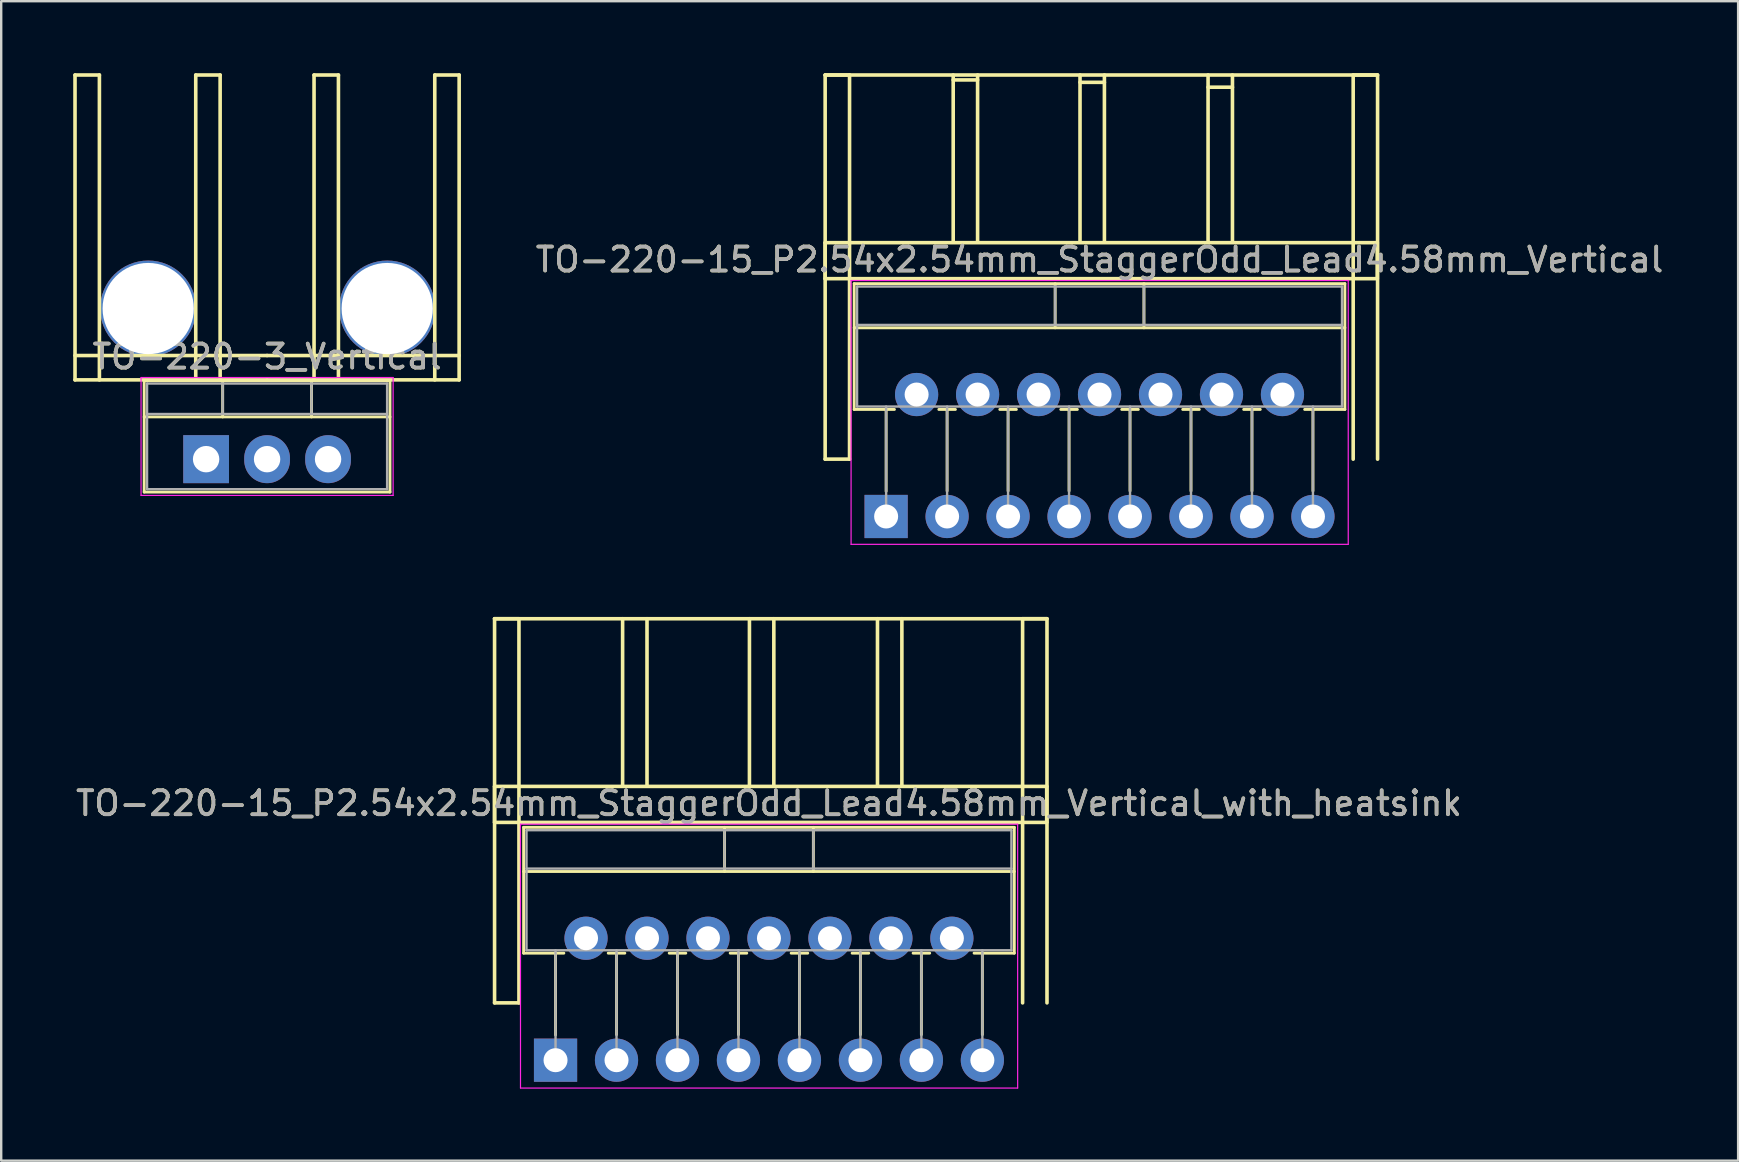
<source format=kicad_pcb>
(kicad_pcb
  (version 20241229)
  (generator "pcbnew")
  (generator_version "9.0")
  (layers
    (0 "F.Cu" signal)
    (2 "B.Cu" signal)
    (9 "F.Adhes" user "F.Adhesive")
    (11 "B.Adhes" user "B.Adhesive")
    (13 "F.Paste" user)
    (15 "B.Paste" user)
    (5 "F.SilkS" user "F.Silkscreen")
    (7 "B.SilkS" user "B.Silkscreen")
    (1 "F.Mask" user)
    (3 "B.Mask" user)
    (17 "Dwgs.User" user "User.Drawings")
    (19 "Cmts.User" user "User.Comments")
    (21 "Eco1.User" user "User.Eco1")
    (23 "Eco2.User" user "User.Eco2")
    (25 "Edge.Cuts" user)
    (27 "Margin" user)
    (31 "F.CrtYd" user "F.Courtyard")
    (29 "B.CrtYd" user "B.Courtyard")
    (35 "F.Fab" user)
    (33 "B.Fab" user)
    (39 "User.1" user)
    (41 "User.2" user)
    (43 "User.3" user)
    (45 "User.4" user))
  (footprint "TO-220-15_P2.54x2.54mm_StaggerOdd_Lead4.58mm_Vertical"
    (layer "F.Cu")
    (at 33.863 18.465)
    (property "Reference" "TO-220-15_P2.54x2.54mm_StaggerOdd_Lead4.58mm_Vertical" (at 8.89 -10.7 0) (layer "F.SilkS") (effects (font (size 1 1) (thickness 0.15))))
    (attr through_hole)
    (fp_line (start -2.54 -18.39) (end -2.54 -2.388) (stroke (width 0.15) (type solid)) (layer "F.SilkS"))
    (fp_line (start -2.54 -18.39) (end -1.524 -18.39) (stroke (width 0.15) (type solid)) (layer "F.SilkS"))
    (fp_line (start -2.54 -18.39) (end 20.46 -18.39) (stroke (width 0.15) (type solid)) (layer "F.SilkS"))
    (fp_line (start -2.54 -11.406) (end -2.54 -9.906) (stroke (width 0.15) (type solid)) (layer "F.SilkS"))
    (fp_line (start -2.54 -11.406) (end 20.46 -11.406) (stroke (width 0.15) (type solid)) (layer "F.SilkS"))
    (fp_line (start -2.54 -9.906) (end 20.46 -9.906) (stroke (width 0.15) (type solid)) (layer "F.SilkS"))
    (fp_line (start -2.54 -2.388) (end -1.524 -2.388) (stroke (width 0.15) (type solid)) (layer "F.SilkS"))
    (fp_line (start -1.524 -18.388) (end -1.524 -2.388) (stroke (width 0.15) (type solid)) (layer "F.SilkS"))
    (fp_line (start -1.33 -9.7) (end -1.33 -4.459) (stroke (width 0.12) (type solid)) (layer "F.SilkS"))
    (fp_line (start -1.33 -9.7) (end 19.11 -9.7) (stroke (width 0.12) (type solid)) (layer "F.SilkS"))
    (fp_line (start -1.33 -7.86) (end 19.11 -7.86) (stroke (width 0.12) (type solid)) (layer "F.SilkS"))
    (fp_line (start -1.33 -4.459) (end 0.346 -4.459) (stroke (width 0.12) (type solid)) (layer "F.SilkS"))
    (fp_line (start 0 -4.459) (end 0 -1.05) (stroke (width 0.12) (type solid)) (layer "F.SilkS"))
    (fp_line (start 2.195 -4.459) (end 2.886 -4.459) (stroke (width 0.12) (type solid)) (layer "F.SilkS"))
    (fp_line (start 2.54 -4.459) (end 2.54 -1.065) (stroke (width 0.12) (type solid)) (layer "F.SilkS"))
    (fp_line (start 2.794 -18.39) (end 2.794 -11.43) (stroke (width 0.15) (type solid)) (layer "F.SilkS"))
    (fp_line (start 2.794 -18.186) (end 3.81 -18.186) (stroke (width 0.15) (type solid)) (layer "F.SilkS"))
    (fp_line (start 3.81 -18.39) (end 3.81 -11.43) (stroke (width 0.15) (type solid)) (layer "F.SilkS"))
    (fp_line (start 4.735 -4.459) (end 5.426 -4.459) (stroke (width 0.12) (type solid)) (layer "F.SilkS"))
    (fp_line (start 5.08 -4.459) (end 5.08 -1.065) (stroke (width 0.12) (type solid)) (layer "F.SilkS"))
    (fp_line (start 7.041 -9.7) (end 7.041 -7.86) (stroke (width 0.12) (type solid)) (layer "F.SilkS"))
    (fp_line (start 7.275 -4.459) (end 7.966 -4.459) (stroke (width 0.12) (type solid)) (layer "F.SilkS"))
    (fp_line (start 7.62 -4.459) (end 7.62 -1.065) (stroke (width 0.12) (type solid)) (layer "F.SilkS"))
    (fp_line (start 8.077 -18.39) (end 8.077 -11.43) (stroke (width 0.15) (type solid)) (layer "F.SilkS"))
    (fp_line (start 8.077 -18.085) (end 9.093 -18.085) (stroke (width 0.15) (type solid)) (layer "F.SilkS"))
    (fp_line (start 9.093 -18.39) (end 9.093 -11.43) (stroke (width 0.15) (type solid)) (layer "F.SilkS"))
    (fp_line (start 9.815 -4.459) (end 10.506 -4.459) (stroke (width 0.12) (type solid)) (layer "F.SilkS"))
    (fp_line (start 10.16 -4.459) (end 10.16 -1.065) (stroke (width 0.12) (type solid)) (layer "F.SilkS"))
    (fp_line (start 10.74 -9.7) (end 10.74 -7.86) (stroke (width 0.12) (type solid)) (layer "F.SilkS"))
    (fp_line (start 12.355 -4.459) (end 13.046 -4.459) (stroke (width 0.12) (type solid)) (layer "F.SilkS"))
    (fp_line (start 12.7 -4.459) (end 12.7 -1.065) (stroke (width 0.12) (type solid)) (layer "F.SilkS"))
    (fp_line (start 13.411 -18.39) (end 13.411 -11.43) (stroke (width 0.15) (type solid)) (layer "F.SilkS"))
    (fp_line (start 13.411 -17.882) (end 14.427 -17.882) (stroke (width 0.15) (type solid)) (layer "F.SilkS"))
    (fp_line (start 14.427 -18.39) (end 14.427 -11.43) (stroke (width 0.15) (type solid)) (layer "F.SilkS"))
    (fp_line (start 14.895 -4.459) (end 15.586 -4.459) (stroke (width 0.12) (type solid)) (layer "F.SilkS"))
    (fp_line (start 15.24 -4.459) (end 15.24 -1.065) (stroke (width 0.12) (type solid)) (layer "F.SilkS"))
    (fp_line (start 17.435 -4.459) (end 19.11 -4.459) (stroke (width 0.12) (type solid)) (layer "F.SilkS"))
    (fp_line (start 17.78 -4.459) (end 17.78 -1.065) (stroke (width 0.12) (type solid)) (layer "F.SilkS"))
    (fp_line (start 19.11 -9.7) (end 19.11 -4.459) (stroke (width 0.12) (type solid)) (layer "F.SilkS"))
    (fp_line (start 19.456 -18.39) (end 19.456 -2.388) (stroke (width 0.15) (type solid)) (layer "F.SilkS"))
    (fp_line (start 19.456 -18.39) (end 20.472 -18.39) (stroke (width 0.15) (type solid)) (layer "F.SilkS"))
    (fp_line (start 20.46 -11.406) (end 20.46 -9.906) (stroke (width 0.15) (type solid)) (layer "F.SilkS"))
    (fp_line (start 20.472 -18.39) (end 20.472 -2.388) (stroke (width 0.15) (type solid)) (layer "F.SilkS"))
    (fp_line (start -1.46 -9.83) (end -1.46 1.16) (stroke (width 0.05) (type solid)) (layer "F.CrtYd"))
    (fp_line (start -1.46 1.16) (end 19.25 1.16) (stroke (width 0.05) (type solid)) (layer "F.CrtYd"))
    (fp_line (start 19.25 -9.83) (end -1.46 -9.83) (stroke (width 0.05) (type solid)) (layer "F.CrtYd"))
    (fp_line (start 19.25 1.16) (end 19.25 -9.83) (stroke (width 0.05) (type solid)) (layer "F.CrtYd"))
    (fp_line (start -1.21 -9.58) (end -1.21 -4.58) (stroke (width 0.1) (type solid)) (layer "F.Fab"))
    (fp_line (start -1.21 -7.98) (end 18.99 -7.98) (stroke (width 0.1) (type solid)) (layer "F.Fab"))
    (fp_line (start -1.21 -4.58) (end 18.99 -4.58) (stroke (width 0.1) (type solid)) (layer "F.Fab"))
    (fp_line (start 0 -4.58) (end 0 0) (stroke (width 0.1) (type solid)) (layer "F.Fab"))
    (fp_line (start 2.54 -4.58) (end 2.54 0) (stroke (width 0.1) (type solid)) (layer "F.Fab"))
    (fp_line (start 5.08 -4.58) (end 5.08 0) (stroke (width 0.1) (type solid)) (layer "F.Fab"))
    (fp_line (start 7.04 -9.58) (end 7.04 -7.98) (stroke (width 0.1) (type solid)) (layer "F.Fab"))
    (fp_line (start 7.62 -4.58) (end 7.62 0) (stroke (width 0.1) (type solid)) (layer "F.Fab"))
    (fp_line (start 10.16 -4.58) (end 10.16 0) (stroke (width 0.1) (type solid)) (layer "F.Fab"))
    (fp_line (start 10.74 -9.58) (end 10.74 -7.98) (stroke (width 0.1) (type solid)) (layer "F.Fab"))
    (fp_line (start 12.7 -4.58) (end 12.7 0) (stroke (width 0.1) (type solid)) (layer "F.Fab"))
    (fp_line (start 15.24 -4.58) (end 15.24 0) (stroke (width 0.1) (type solid)) (layer "F.Fab"))
    (fp_line (start 17.78 -4.58) (end 17.78 0) (stroke (width 0.1) (type solid)) (layer "F.Fab"))
    (fp_line (start 18.99 -9.58) (end -1.21 -9.58) (stroke (width 0.1) (type solid)) (layer "F.Fab"))
    (fp_line (start 18.99 -4.58) (end 18.99 -9.58) (stroke (width 0.1) (type solid)) (layer "F.Fab"))
    (fp_text user "${REFERENCE}" (at 8.89 -10.7 0) (layer "F.Fab") (effects (font (size 1 1) (thickness 0.15))))
    (pad "1" thru_hole rect (at 0 0) (size 1.8 1.8) (drill 1) (layers "*.Cu" "*.Mask"))
    (pad "2" thru_hole oval (at 1.27 -5.08) (size 1.8 1.8) (drill 1) (layers "*.Cu" "*.Mask"))
    (pad "3" thru_hole oval (at 2.54 0) (size 1.8 1.8) (drill 1) (layers "*.Cu" "*.Mask"))
    (pad "4" thru_hole oval (at 3.81 -5.08) (size 1.8 1.8) (drill 1) (layers "*.Cu" "*.Mask"))
    (pad "5" thru_hole oval (at 5.08 0) (size 1.8 1.8) (drill 1) (layers "*.Cu" "*.Mask"))
    (pad "6" thru_hole oval (at 6.35 -5.08) (size 1.8 1.8) (drill 1) (layers "*.Cu" "*.Mask"))
    (pad "7" thru_hole oval (at 7.62 0) (size 1.8 1.8) (drill 1) (layers "*.Cu" "*.Mask"))
    (pad "8" thru_hole oval (at 8.89 -5.08) (size 1.8 1.8) (drill 1) (layers "*.Cu" "*.Mask"))
    (pad "9" thru_hole oval (at 10.16 0) (size 1.8 1.8) (drill 1) (layers "*.Cu" "*.Mask"))
    (pad "10" thru_hole oval (at 11.43 -5.08) (size 1.8 1.8) (drill 1) (layers "*.Cu" "*.Mask"))
    (pad "11" thru_hole oval (at 12.7 0) (size 1.8 1.8) (drill 1) (layers "*.Cu" "*.Mask"))
    (pad "12" thru_hole oval (at 13.97 -5.08) (size 1.8 1.8) (drill 1) (layers "*.Cu" "*.Mask"))
    (pad "13" thru_hole oval (at 15.24 0) (size 1.8 1.8) (drill 1) (layers "*.Cu" "*.Mask"))
    (pad "14" thru_hole oval (at 16.51 -5.08) (size 1.8 1.8) (drill 1) (layers "*.Cu" "*.Mask"))
    (pad "15" thru_hole oval (at 17.78 0) (size 1.8 1.8) (drill 1) (layers "*.Cu" "*.Mask")))
  (footprint "TO-220-15_P2.54x2.54mm_StaggerOdd_Lead4.58mm_Vertical_with_heatsink"
    (layer "F.Cu")
    (at 20.092 41.114)
    (property "Reference" "TO-220-15_P2.54x2.54mm_StaggerOdd_Lead4.58mm_Vertical_with_heatsink" (at 8.89 -10.7 0) (layer "F.SilkS") (effects (font (size 1 1) (thickness 0.15))))
    (attr through_hole)
    (fp_line (start -2.54 -18.39) (end -2.54 -2.388) (stroke (width 0.15) (type solid)) (layer "F.SilkS"))
    (fp_line (start -2.54 -18.39) (end -1.524 -18.39) (stroke (width 0.15) (type solid)) (layer "F.SilkS"))
    (fp_line (start -2.54 -18.39) (end 20.46 -18.39) (stroke (width 0.15) (type solid)) (layer "F.SilkS"))
    (fp_line (start -2.54 -11.406) (end -2.54 -9.906) (stroke (width 0.15) (type solid)) (layer "F.SilkS"))
    (fp_line (start -2.54 -11.406) (end 20.46 -11.406) (stroke (width 0.15) (type solid)) (layer "F.SilkS"))
    (fp_line (start -2.54 -9.906) (end 20.46 -9.906) (stroke (width 0.15) (type solid)) (layer "F.SilkS"))
    (fp_line (start -2.54 -2.388) (end -1.524 -2.388) (stroke (width 0.15) (type solid)) (layer "F.SilkS"))
    (fp_line (start -1.524 -18.388) (end -1.524 -2.388) (stroke (width 0.15) (type solid)) (layer "F.SilkS"))
    (fp_line (start -1.33 -9.7) (end -1.33 -4.459) (stroke (width 0.12) (type solid)) (layer "F.SilkS"))
    (fp_line (start -1.33 -9.7) (end 19.11 -9.7) (stroke (width 0.12) (type solid)) (layer "F.SilkS"))
    (fp_line (start -1.33 -7.86) (end 19.11 -7.86) (stroke (width 0.12) (type solid)) (layer "F.SilkS"))
    (fp_line (start -1.33 -4.459) (end 0.346 -4.459) (stroke (width 0.12) (type solid)) (layer "F.SilkS"))
    (fp_line (start 0 -4.459) (end 0 -1.05) (stroke (width 0.12) (type solid)) (layer "F.SilkS"))
    (fp_line (start 2.195 -4.459) (end 2.886 -4.459) (stroke (width 0.12) (type solid)) (layer "F.SilkS"))
    (fp_line (start 2.54 -4.459) (end 2.54 -1.065) (stroke (width 0.12) (type solid)) (layer "F.SilkS"))
    (fp_line (start 2.794 -18.39) (end 2.794 -11.43) (stroke (width 0.15) (type solid)) (layer "F.SilkS"))
    (fp_line (start 3.81 -18.39) (end 3.81 -11.43) (stroke (width 0.15) (type solid)) (layer "F.SilkS"))
    (fp_line (start 4.735 -4.459) (end 5.426 -4.459) (stroke (width 0.12) (type solid)) (layer "F.SilkS"))
    (fp_line (start 5.08 -4.459) (end 5.08 -1.065) (stroke (width 0.12) (type solid)) (layer "F.SilkS"))
    (fp_line (start 7.041 -9.7) (end 7.041 -7.86) (stroke (width 0.12) (type solid)) (layer "F.SilkS"))
    (fp_line (start 7.275 -4.459) (end 7.966 -4.459) (stroke (width 0.12) (type solid)) (layer "F.SilkS"))
    (fp_line (start 7.62 -4.459) (end 7.62 -1.065) (stroke (width 0.12) (type solid)) (layer "F.SilkS"))
    (fp_line (start 8.077 -18.39) (end 8.077 -11.43) (stroke (width 0.15) (type solid)) (layer "F.SilkS"))
    (fp_line (start 9.093 -18.39) (end 9.093 -11.43) (stroke (width 0.15) (type solid)) (layer "F.SilkS"))
    (fp_line (start 9.815 -4.459) (end 10.506 -4.459) (stroke (width 0.12) (type solid)) (layer "F.SilkS"))
    (fp_line (start 10.16 -4.459) (end 10.16 -1.065) (stroke (width 0.12) (type solid)) (layer "F.SilkS"))
    (fp_line (start 10.74 -9.7) (end 10.74 -7.86) (stroke (width 0.12) (type solid)) (layer "F.SilkS"))
    (fp_line (start 12.355 -4.459) (end 13.046 -4.459) (stroke (width 0.12) (type solid)) (layer "F.SilkS"))
    (fp_line (start 12.7 -4.459) (end 12.7 -1.065) (stroke (width 0.12) (type solid)) (layer "F.SilkS"))
    (fp_line (start 13.411 -18.39) (end 13.411 -11.43) (stroke (width 0.15) (type solid)) (layer "F.SilkS"))
    (fp_line (start 14.427 -18.39) (end 14.427 -11.43) (stroke (width 0.15) (type solid)) (layer "F.SilkS"))
    (fp_line (start 14.895 -4.459) (end 15.586 -4.459) (stroke (width 0.12) (type solid)) (layer "F.SilkS"))
    (fp_line (start 15.24 -4.459) (end 15.24 -1.065) (stroke (width 0.12) (type solid)) (layer "F.SilkS"))
    (fp_line (start 17.435 -4.459) (end 19.11 -4.459) (stroke (width 0.12) (type solid)) (layer "F.SilkS"))
    (fp_line (start 17.78 -4.459) (end 17.78 -1.065) (stroke (width 0.12) (type solid)) (layer "F.SilkS"))
    (fp_line (start 19.11 -9.7) (end 19.11 -4.459) (stroke (width 0.12) (type solid)) (layer "F.SilkS"))
    (fp_line (start 19.456 -18.39) (end 19.456 -2.388) (stroke (width 0.15) (type solid)) (layer "F.SilkS"))
    (fp_line (start 19.456 -18.39) (end 20.472 -18.39) (stroke (width 0.15) (type solid)) (layer "F.SilkS"))
    (fp_line (start 20.46 -11.406) (end 20.46 -9.906) (stroke (width 0.15) (type solid)) (layer "F.SilkS"))
    (fp_line (start 20.472 -18.39) (end 20.472 -2.388) (stroke (width 0.15) (type solid)) (layer "F.SilkS"))
    (fp_line (start -1.46 -9.83) (end -1.46 1.16) (stroke (width 0.05) (type solid)) (layer "F.CrtYd"))
    (fp_line (start -1.46 1.16) (end 19.25 1.16) (stroke (width 0.05) (type solid)) (layer "F.CrtYd"))
    (fp_line (start 19.25 -9.83) (end -1.46 -9.83) (stroke (width 0.05) (type solid)) (layer "F.CrtYd"))
    (fp_line (start 19.25 1.16) (end 19.25 -9.83) (stroke (width 0.05) (type solid)) (layer "F.CrtYd"))
    (fp_line (start -1.21 -9.58) (end -1.21 -4.58) (stroke (width 0.1) (type solid)) (layer "F.Fab"))
    (fp_line (start -1.21 -7.98) (end 18.99 -7.98) (stroke (width 0.1) (type solid)) (layer "F.Fab"))
    (fp_line (start -1.21 -4.58) (end 18.99 -4.58) (stroke (width 0.1) (type solid)) (layer "F.Fab"))
    (fp_line (start 0 -4.58) (end 0 0) (stroke (width 0.1) (type solid)) (layer "F.Fab"))
    (fp_line (start 2.54 -4.58) (end 2.54 0) (stroke (width 0.1) (type solid)) (layer "F.Fab"))
    (fp_line (start 5.08 -4.58) (end 5.08 0) (stroke (width 0.1) (type solid)) (layer "F.Fab"))
    (fp_line (start 7.04 -9.58) (end 7.04 -7.98) (stroke (width 0.1) (type solid)) (layer "F.Fab"))
    (fp_line (start 7.62 -4.58) (end 7.62 0) (stroke (width 0.1) (type solid)) (layer "F.Fab"))
    (fp_line (start 10.16 -4.58) (end 10.16 0) (stroke (width 0.1) (type solid)) (layer "F.Fab"))
    (fp_line (start 10.74 -9.58) (end 10.74 -7.98) (stroke (width 0.1) (type solid)) (layer "F.Fab"))
    (fp_line (start 12.7 -4.58) (end 12.7 0) (stroke (width 0.1) (type solid)) (layer "F.Fab"))
    (fp_line (start 15.24 -4.58) (end 15.24 0) (stroke (width 0.1) (type solid)) (layer "F.Fab"))
    (fp_line (start 17.78 -4.58) (end 17.78 0) (stroke (width 0.1) (type solid)) (layer "F.Fab"))
    (fp_line (start 18.99 -9.58) (end -1.21 -9.58) (stroke (width 0.1) (type solid)) (layer "F.Fab"))
    (fp_line (start 18.99 -4.58) (end 18.99 -9.58) (stroke (width 0.1) (type solid)) (layer "F.Fab"))
    (fp_text user "${REFERENCE}" (at 8.89 -10.7 0) (layer "F.Fab") (effects (font (size 1 1) (thickness 0.15))))
    (pad "1" thru_hole rect (at 0 0) (size 1.8 1.8) (drill 1) (layers "*.Cu" "*.Mask"))
    (pad "2" thru_hole oval (at 1.27 -5.08) (size 1.8 1.8) (drill 1) (layers "*.Cu" "*.Mask"))
    (pad "3" thru_hole oval (at 2.54 0) (size 1.8 1.8) (drill 1) (layers "*.Cu" "*.Mask"))
    (pad "4" thru_hole oval (at 3.81 -5.08) (size 1.8 1.8) (drill 1) (layers "*.Cu" "*.Mask"))
    (pad "5" thru_hole oval (at 5.08 0) (size 1.8 1.8) (drill 1) (layers "*.Cu" "*.Mask"))
    (pad "6" thru_hole oval (at 6.35 -5.08) (size 1.8 1.8) (drill 1) (layers "*.Cu" "*.Mask"))
    (pad "7" thru_hole oval (at 7.62 0) (size 1.8 1.8) (drill 1) (layers "*.Cu" "*.Mask"))
    (pad "8" thru_hole oval (at 8.89 -5.08) (size 1.8 1.8) (drill 1) (layers "*.Cu" "*.Mask"))
    (pad "9" thru_hole oval (at 10.16 0) (size 1.8 1.8) (drill 1) (layers "*.Cu" "*.Mask"))
    (pad "10" thru_hole oval (at 11.43 -5.08) (size 1.8 1.8) (drill 1) (layers "*.Cu" "*.Mask"))
    (pad "11" thru_hole oval (at 12.7 0) (size 1.8 1.8) (drill 1) (layers "*.Cu" "*.Mask"))
    (pad "12" thru_hole oval (at 13.97 -5.08) (size 1.8 1.8) (drill 1) (layers "*.Cu" "*.Mask"))
    (pad "13" thru_hole oval (at 15.24 0) (size 1.8 1.8) (drill 1) (layers "*.Cu" "*.Mask"))
    (pad "14" thru_hole oval (at 16.51 -5.08) (size 1.8 1.8) (drill 1) (layers "*.Cu" "*.Mask"))
    (pad "15" thru_hole oval (at 17.78 0) (size 1.8 1.8) (drill 1) (layers "*.Cu" "*.Mask")))
  (footprint "TO-220-3_Vertical"
    (layer "F.Cu")
    (at 5.536 16.077)
    (property "Reference" "TO-220-3_Vertical" (at 2.54 -4.27 0) (layer "F.SilkS") (effects (font (size 1 1) (thickness 0.15))))
    (attr through_hole)
    (fp_line (start -5.461 -16.002) (end -4.445 -16.002) (stroke (width 0.15) (type solid)) (layer "F.SilkS"))
    (fp_line (start -5.461 -4.318) (end 2.539 -4.318) (stroke (width 0.15) (type solid)) (layer "F.SilkS"))
    (fp_line (start -5.461 -3.302) (end -5.461 -16.002) (stroke (width 0.15) (type solid)) (layer "F.SilkS"))
    (fp_line (start -5.46 -3.302) (end 2.54 -3.302) (stroke (width 0.15) (type solid)) (layer "F.SilkS"))
    (fp_line (start -4.445 -3.302) (end -4.445 -16.002) (stroke (width 0.15) (type solid)) (layer "F.SilkS"))
    (fp_line (start -2.58 -3.27) (end -2.58 1.371) (stroke (width 0.12) (type solid)) (layer "F.SilkS"))
    (fp_line (start -2.58 -3.27) (end 7.66 -3.27) (stroke (width 0.12) (type solid)) (layer "F.SilkS"))
    (fp_line (start -2.58 -1.76) (end 7.66 -1.76) (stroke (width 0.12) (type solid)) (layer "F.SilkS"))
    (fp_line (start -2.58 1.371) (end 7.66 1.371) (stroke (width 0.12) (type solid)) (layer "F.SilkS"))
    (fp_line (start -0.432 -16.002) (end 0.584 -16.002) (stroke (width 0.15) (type solid)) (layer "F.SilkS"))
    (fp_line (start -0.432 -3.302) (end -0.432 -16.002) (stroke (width 0.15) (type solid)) (layer "F.SilkS"))
    (fp_line (start 0.584 -3.302) (end 0.584 -16.002) (stroke (width 0.15) (type solid)) (layer "F.SilkS"))
    (fp_line (start 0.69 -3.27) (end 0.69 -1.76) (stroke (width 0.12) (type solid)) (layer "F.SilkS"))
    (fp_line (start 2.54 -4.318) (end 10.54 -4.318) (stroke (width 0.15) (type solid)) (layer "F.SilkS"))
    (fp_line (start 2.54 -3.302) (end 10.54 -3.302) (stroke (width 0.15) (type solid)) (layer "F.SilkS"))
    (fp_line (start 4.391 -3.27) (end 4.391 -1.76) (stroke (width 0.12) (type solid)) (layer "F.SilkS"))
    (fp_line (start 4.496 -16.002) (end 5.512 -16.002) (stroke (width 0.15) (type solid)) (layer "F.SilkS"))
    (fp_line (start 4.496 -3.302) (end 4.496 -16.002) (stroke (width 0.15) (type solid)) (layer "F.SilkS"))
    (fp_line (start 5.512 -3.302) (end 5.512 -16.002) (stroke (width 0.15) (type solid)) (layer "F.SilkS"))
    (fp_line (start 7.66 -3.27) (end 7.66 1.371) (stroke (width 0.12) (type solid)) (layer "F.SilkS"))
    (fp_line (start 9.525 -16.002) (end 10.541 -16.002) (stroke (width 0.15) (type solid)) (layer "F.SilkS"))
    (fp_line (start 9.525 -3.302) (end 9.525 -16.002) (stroke (width 0.15) (type solid)) (layer "F.SilkS"))
    (fp_line (start 10.54 -3.302) (end 10.541 -16.002) (stroke (width 0.15) (type solid)) (layer "F.SilkS"))
    (fp_line (start -2.71 -3.4) (end -2.71 1.51) (stroke (width 0.05) (type solid)) (layer "F.CrtYd"))
    (fp_line (start -2.71 1.51) (end 7.79 1.51) (stroke (width 0.05) (type solid)) (layer "F.CrtYd"))
    (fp_line (start 7.79 -3.4) (end -2.71 -3.4) (stroke (width 0.05) (type solid)) (layer "F.CrtYd"))
    (fp_line (start 7.79 1.51) (end 7.79 -3.4) (stroke (width 0.05) (type solid)) (layer "F.CrtYd"))
    (fp_line (start -2.46 -3.15) (end -2.46 1.25) (stroke (width 0.1) (type solid)) (layer "F.Fab"))
    (fp_line (start -2.46 -1.88) (end 7.54 -1.88) (stroke (width 0.1) (type solid)) (layer "F.Fab"))
    (fp_line (start -2.46 1.25) (end 7.54 1.25) (stroke (width 0.1) (type solid)) (layer "F.Fab"))
    (fp_line (start 0.69 -3.15) (end 0.69 -1.88) (stroke (width 0.1) (type solid)) (layer "F.Fab"))
    (fp_line (start 4.39 -3.15) (end 4.39 -1.88) (stroke (width 0.1) (type solid)) (layer "F.Fab"))
    (fp_line (start 7.54 -3.15) (end -2.46 -3.15) (stroke (width 0.1) (type solid)) (layer "F.Fab"))
    (fp_line (start 7.54 1.25) (end 7.54 -3.15) (stroke (width 0.1) (type solid)) (layer "F.Fab"))
    (fp_text user "${REFERENCE}" (at 2.54 -4.27 0) (layer "F.Fab") (effects (font (size 1 1) (thickness 0.15))))
    (pad "1" thru_hole rect (at 0 0) (size 1.905 2) (drill 1.1) (layers "*.Cu" "*.Mask"))
    (pad "2" thru_hole circle (at -2.413 -6.274) (size 4 4) (drill 3.8) (layers "*.Cu" "*.Mask"))
    (pad "2" thru_hole oval (at 2.54 0) (size 1.905 2) (drill 1.1) (layers "*.Cu" "*.Mask"))
    (pad "2" thru_hole circle (at 7.544 -6.274) (size 4 4) (drill 3.8) (layers "*.Cu" "*.Mask"))
    (pad "3" thru_hole oval (at 5.08 0) (size 1.905 2) (drill 1.1) (layers "*.Cu" "*.Mask")))
  (gr_rect
    (start -3 -3)
    (end 69.354 45.299)
    (stroke (width 0.1) (type default))
    (fill no)
    (layer "Edge.Cuts")))
</source>
